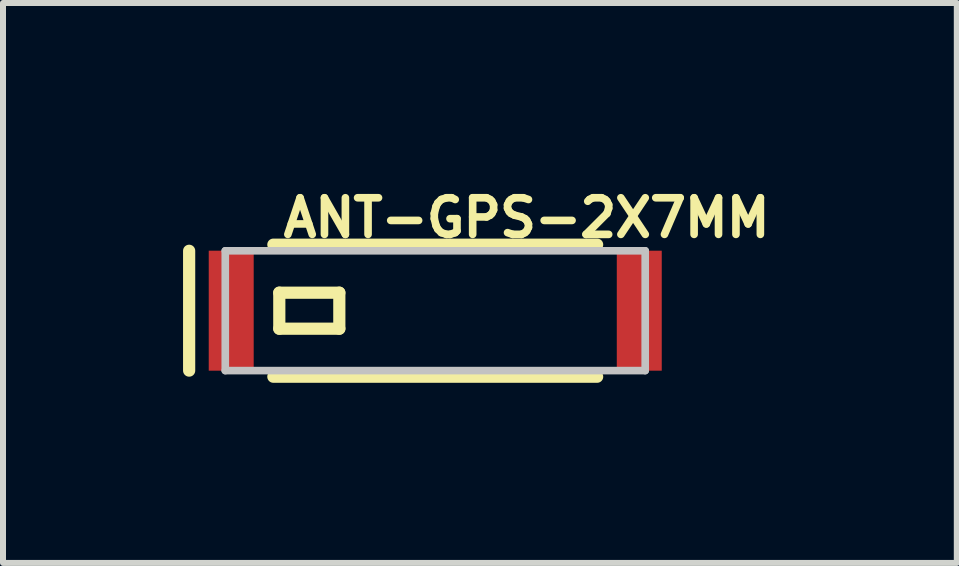
<source format=kicad_pcb>
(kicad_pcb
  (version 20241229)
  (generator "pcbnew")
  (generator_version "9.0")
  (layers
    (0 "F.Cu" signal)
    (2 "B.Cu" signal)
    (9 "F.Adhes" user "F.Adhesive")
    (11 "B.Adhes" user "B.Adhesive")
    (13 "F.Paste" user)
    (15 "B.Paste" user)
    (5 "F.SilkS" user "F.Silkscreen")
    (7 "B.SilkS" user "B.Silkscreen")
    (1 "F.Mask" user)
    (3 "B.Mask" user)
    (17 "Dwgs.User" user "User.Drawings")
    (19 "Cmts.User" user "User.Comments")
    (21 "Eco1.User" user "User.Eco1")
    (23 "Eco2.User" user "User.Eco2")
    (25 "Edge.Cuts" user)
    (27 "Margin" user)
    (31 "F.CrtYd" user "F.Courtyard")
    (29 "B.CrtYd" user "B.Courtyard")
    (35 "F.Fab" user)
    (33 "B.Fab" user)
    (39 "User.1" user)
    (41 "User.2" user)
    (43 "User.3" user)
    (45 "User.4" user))
  (footprint "ANT-GPS-2X7MM"
    (layer "F.Cu")
    (at 4.201 2.126)
    (property "Reference" "ANT-GPS-2X7MM" (at 1.524 -1.547 0) (layer "F.SilkS") (effects (font (size 0.61 0.61) (thickness 0.127))))
    (attr smd)
    (fp_line (start -4.1 -0.998) (end -4.1 0.998) (stroke (width 0.203) (type solid)) (layer "F.SilkS"))
    (fp_line (start -2.697 -1.1) (end 2.697 -1.1) (stroke (width 0.203) (type solid)) (layer "F.SilkS"))
    (fp_line (start -2.697 1.1) (end 2.697 1.1) (stroke (width 0.203) (type solid)) (layer "F.SilkS"))
    (fp_line (start -2.598 -0.3) (end -2.598 0.3) (stroke (width 0.203) (type solid)) (layer "F.SilkS"))
    (fp_line (start -2.598 0.3) (end -1.598 0.3) (stroke (width 0.203) (type solid)) (layer "F.SilkS"))
    (fp_line (start -1.598 -0.3) (end -2.598 -0.3) (stroke (width 0.203) (type solid)) (layer "F.SilkS"))
    (fp_line (start -1.598 0.3) (end -1.598 -0.3) (stroke (width 0.203) (type solid)) (layer "F.SilkS"))
    (fp_line (start -3.498 -0.998) (end 3.498 -0.998) (stroke (width 0.127) (type solid)) (layer "Dwgs.User"))
    (fp_line (start -3.498 0.998) (end -3.498 -0.998) (stroke (width 0.127) (type solid)) (layer "Dwgs.User"))
    (fp_line (start 3.498 -0.998) (end 3.498 0.998) (stroke (width 0.127) (type solid)) (layer "Dwgs.User"))
    (fp_line (start 3.498 0.998) (end -3.498 0.998) (stroke (width 0.127) (type solid)) (layer "Dwgs.User"))
    (pad "1" smd rect (at -3.399 0 90) (size 1.999 0.749) (layers "F.Cu" "F.Mask" "F.Paste"))
    (pad "NC" smd rect (at 3.399 0 90) (size 1.999 0.749) (layers "F.Cu" "F.Mask" "F.Paste")))
  (gr_rect
    (start -3 -3)
    (end 12.89 6.328)
    (stroke (width 0.1) (type default))
    (fill no)
    (layer "Edge.Cuts")))
</source>
